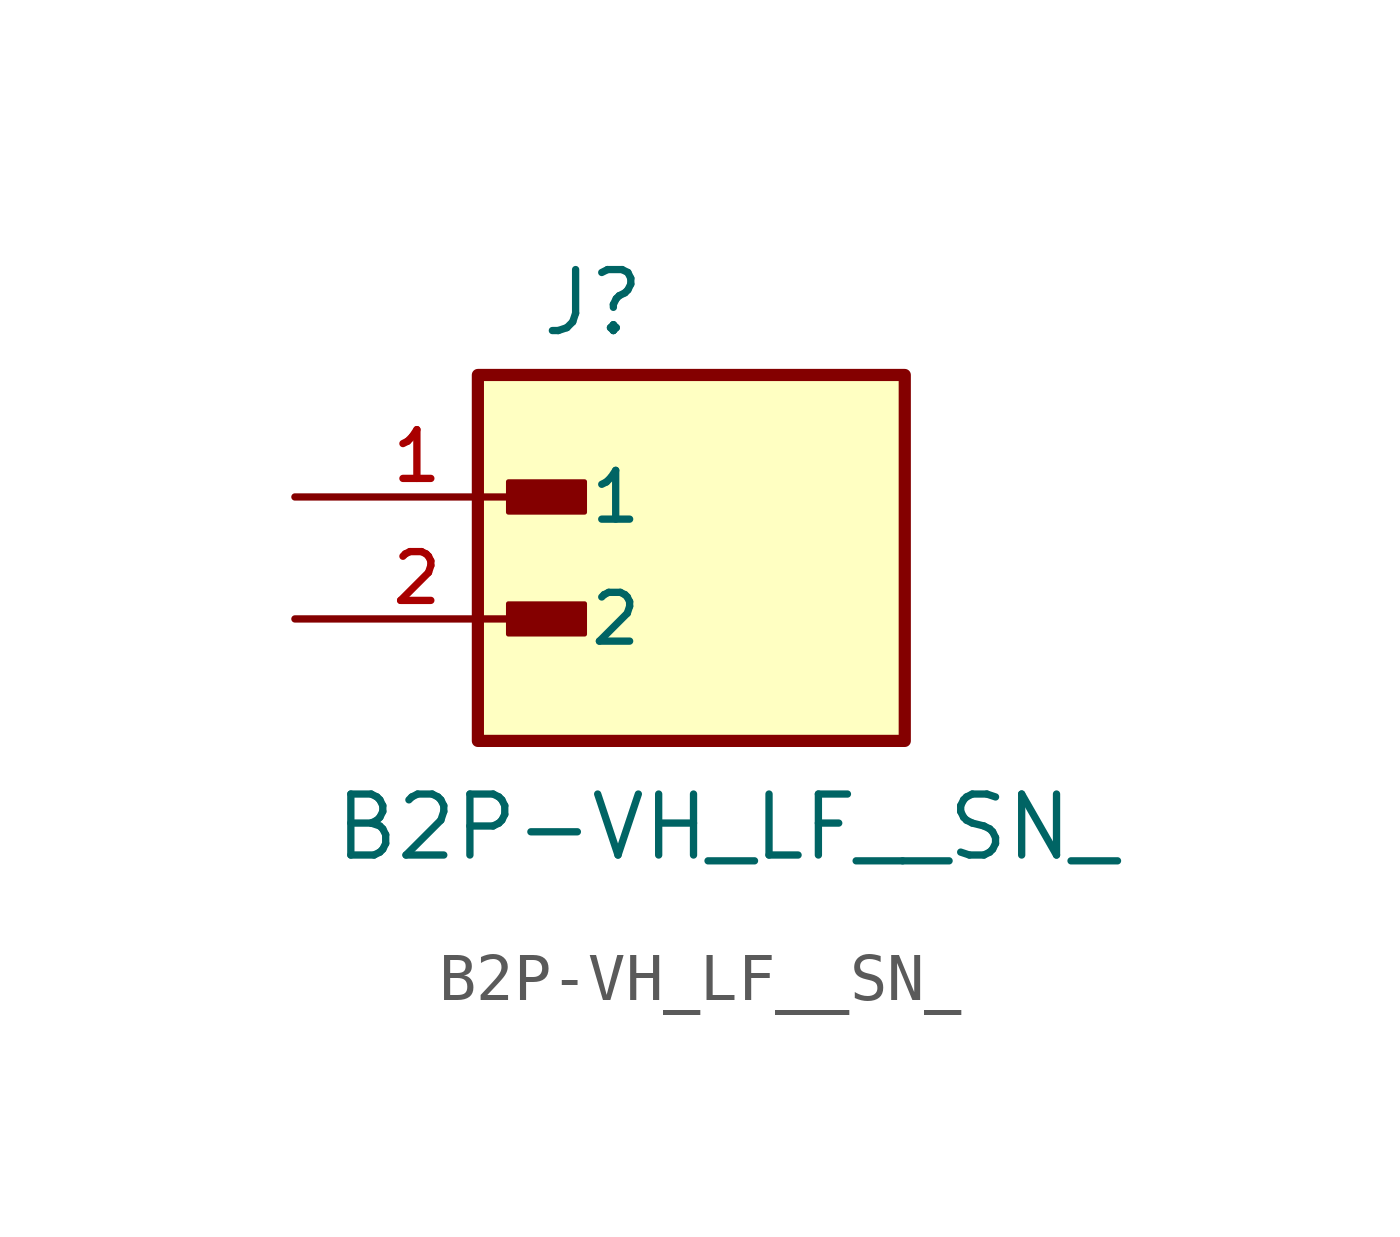
<source format=kicad_sym>
(kicad_symbol_lib
  (version 20231120)
  (generator "kicad_symbol_editor")
  (generator_version "8.0")
  (symbol "B2P-VH_LF__SN_"
    (pin_names
      (offset 1.016))
    (property "Reference" "J"
      (at -2.54 3.302 0)
      (effects (font (size 1.27 1.27)) (justify left bottom)))
    (property "Value" "B2P-VH_LF__SN_"
      (at -6.858 -7.62 0)
      (effects (font (size 1.27 1.27)) (justify left bottom)))
    (symbol "B2P-VH_LF__SN__0_0"
      (rectangle (start -3.81 -5.08) (end 5.08 2.54) (stroke (width 0.254) (type default)) (fill (type background)))
      (rectangle (start -3.175 -2.857) (end -1.587 -2.223) (stroke (width 0.1) (type default)) (fill (type outline)))
      (rectangle (start -3.175 -0.318) (end -1.587 0.318) (stroke (width 0.1) (type default)) (fill (type outline)))
      (pin passive line (at -7.62 0 0) (length 5.08) (name "1" (effects (font (size 1.016 1.016)))) (number "1" (effects (font (size 1.016 1.016)))))
      (pin passive line (at -7.62 -2.54 0) (length 5.08) (name "2" (effects (font (size 1.016 1.016)))) (number "2" (effects (font (size 1.016 1.016))))))))
</source>
